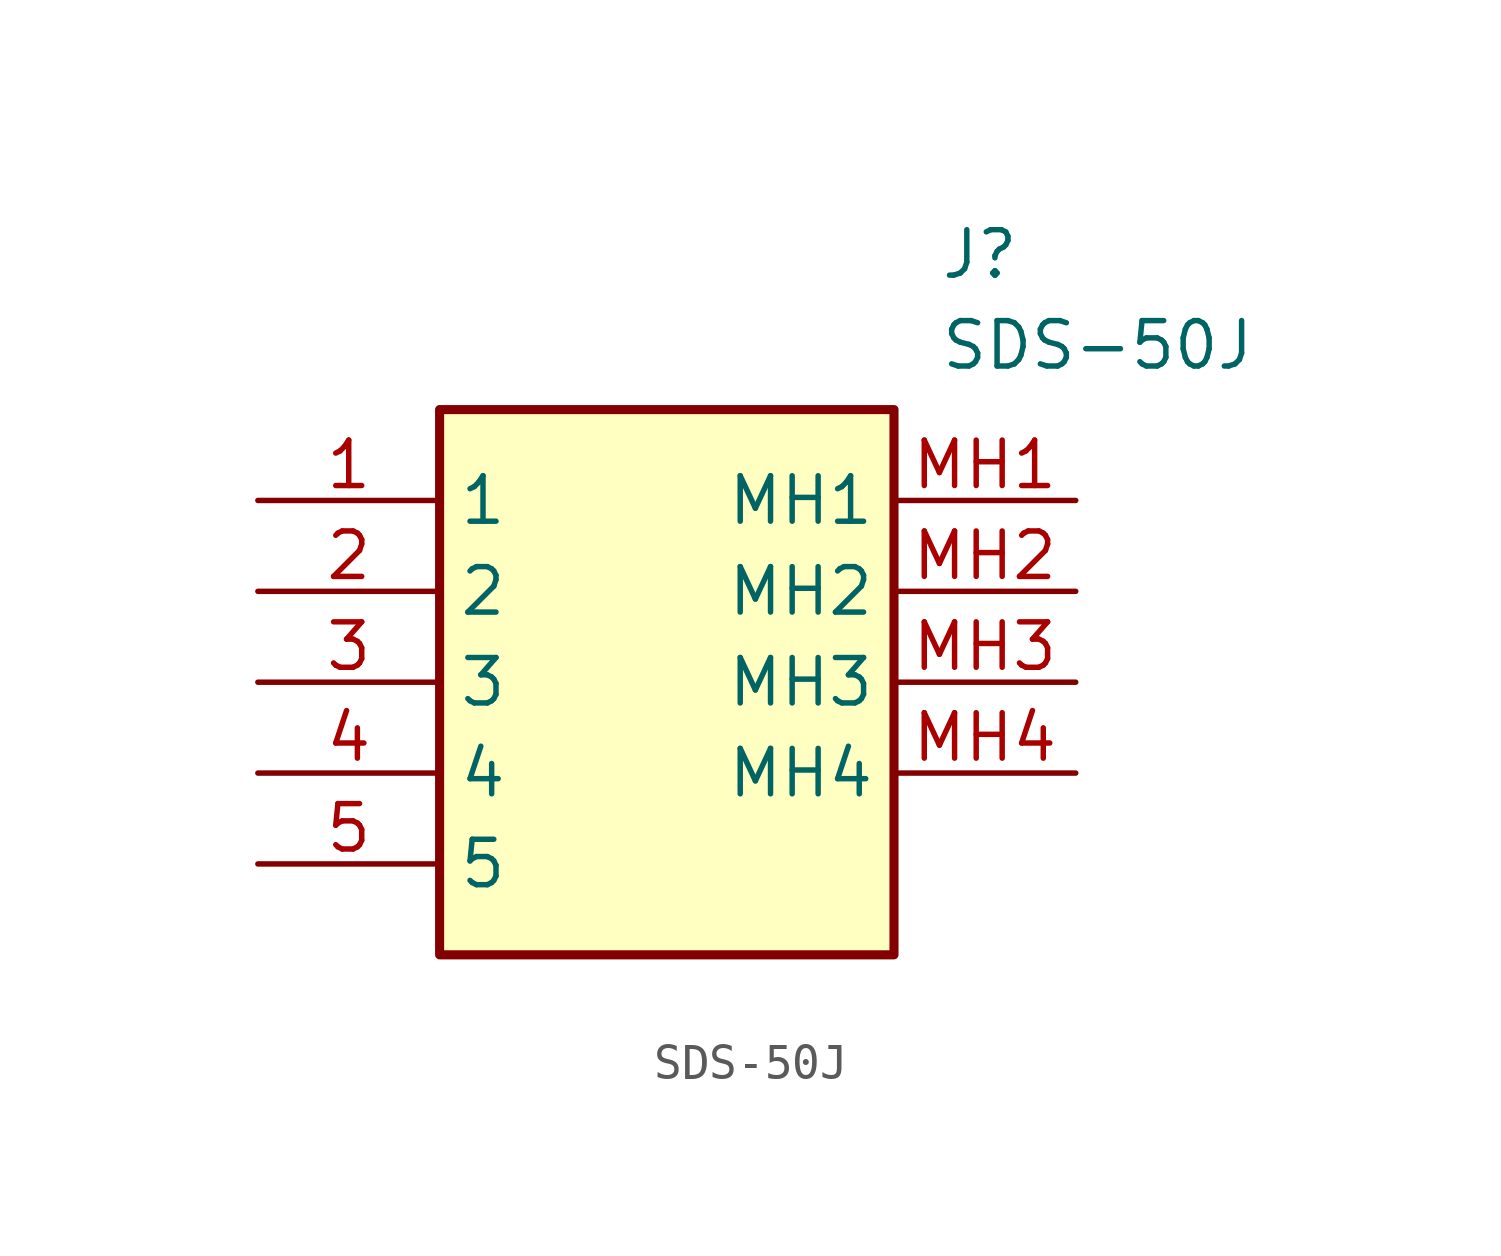
<source format=kicad_sym>
(kicad_symbol_lib
  (version 20211014)
  (generator SamacSys_ECAD_Model)
  (symbol "SDS-50J"
    (property "Reference" "J"
      (at 19.05 7.62 0)
      (effects (font (size 1.27 1.27)) (justify left top)))
    (property "Value" "SDS-50J"
      (at 19.05 5.08 0)
      (effects (font (size 1.27 1.27)) (justify left top)))
    (rectangle
      (start 5.08 2.54)
      (end 17.78 -12.7)
      (stroke (width 0.254) (type default))
      (fill (type background)))
    (pin passive line
      (at 0 0 0)
      (length 5.08)
      (name "1" (effects (font (size 1.27 1.27))))
      (number "1" (effects (font (size 1.27 1.27)))))
    (pin passive line
      (at 0 -2.54 0)
      (length 5.08)
      (name "2" (effects (font (size 1.27 1.27))))
      (number "2" (effects (font (size 1.27 1.27)))))
    (pin passive line
      (at 0 -5.08 0)
      (length 5.08)
      (name "3" (effects (font (size 1.27 1.27))))
      (number "3" (effects (font (size 1.27 1.27)))))
    (pin passive line
      (at 0 -7.62 0)
      (length 5.08)
      (name "4" (effects (font (size 1.27 1.27))))
      (number "4" (effects (font (size 1.27 1.27)))))
    (pin passive line
      (at 0 -10.16 0)
      (length 5.08)
      (name "5" (effects (font (size 1.27 1.27))))
      (number "5" (effects (font (size 1.27 1.27)))))
    (pin passive line
      (at 22.86 0 180)
      (length 5.08)
      (name "MH1" (effects (font (size 1.27 1.27))))
      (number "MH1" (effects (font (size 1.27 1.27)))))
    (pin passive line
      (at 22.86 -2.54 180)
      (length 5.08)
      (name "MH2" (effects (font (size 1.27 1.27))))
      (number "MH2" (effects (font (size 1.27 1.27)))))
    (pin passive line
      (at 22.86 -5.08 180)
      (length 5.08)
      (name "MH3" (effects (font (size 1.27 1.27))))
      (number "MH3" (effects (font (size 1.27 1.27)))))
    (pin passive line
      (at 22.86 -7.62 180)
      (length 5.08)
      (name "MH4" (effects (font (size 1.27 1.27))))
      (number "MH4" (effects (font (size 1.27 1.27)))))))
</source>
